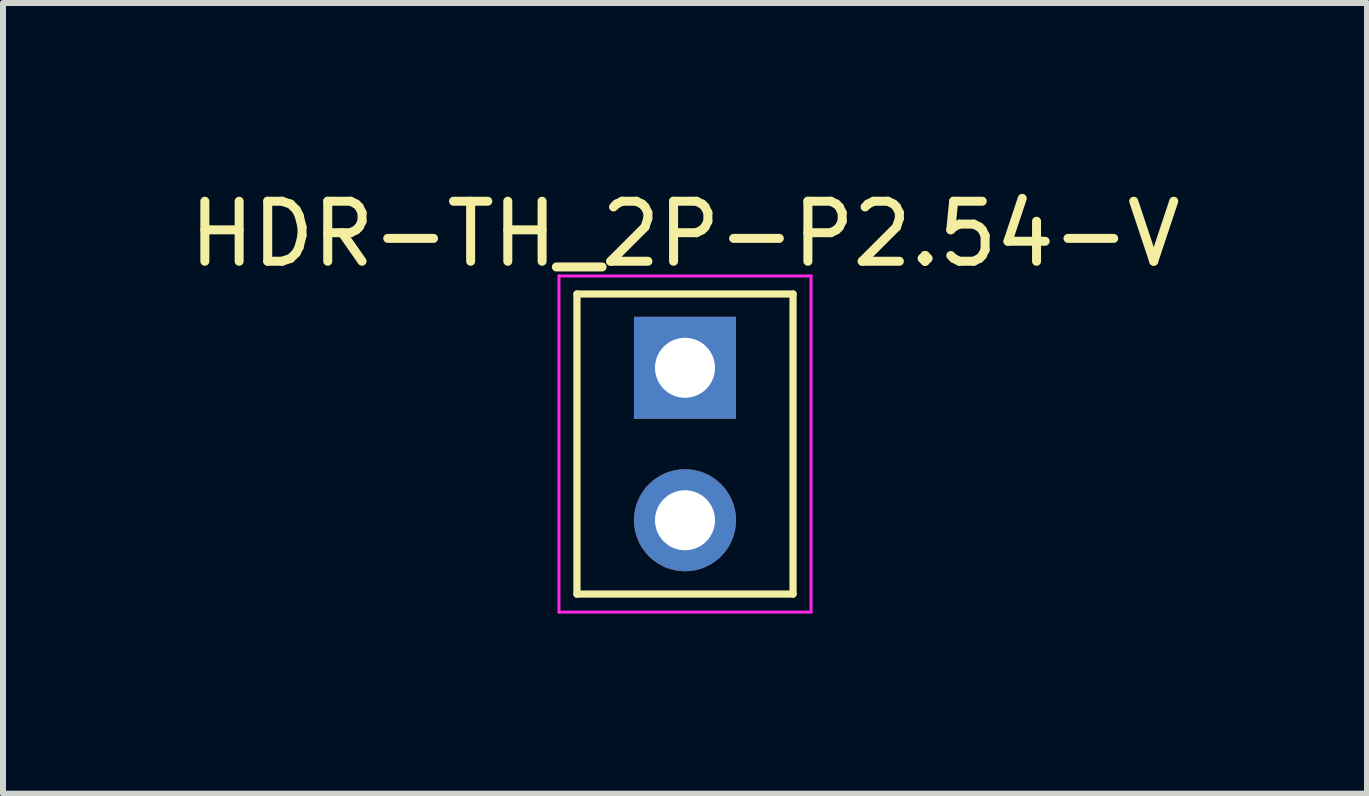
<source format=kicad_pcb>
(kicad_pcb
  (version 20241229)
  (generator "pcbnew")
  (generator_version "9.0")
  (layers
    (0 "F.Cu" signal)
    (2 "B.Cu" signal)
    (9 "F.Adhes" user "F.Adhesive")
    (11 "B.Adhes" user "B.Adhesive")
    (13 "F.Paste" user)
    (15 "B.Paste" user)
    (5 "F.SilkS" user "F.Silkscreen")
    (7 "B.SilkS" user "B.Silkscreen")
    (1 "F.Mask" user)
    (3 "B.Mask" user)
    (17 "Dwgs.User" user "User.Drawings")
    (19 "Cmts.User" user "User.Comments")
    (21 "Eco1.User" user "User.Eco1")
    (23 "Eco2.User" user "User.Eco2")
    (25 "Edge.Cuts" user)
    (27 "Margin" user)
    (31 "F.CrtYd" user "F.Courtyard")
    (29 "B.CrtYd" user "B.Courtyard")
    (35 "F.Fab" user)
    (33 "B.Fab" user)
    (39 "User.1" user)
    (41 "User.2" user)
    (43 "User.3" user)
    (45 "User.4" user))
  (footprint "HDR-TH_2P-P2.54-V"
    (layer "F.Cu")
    (at 8.363 4.348)
    (property "Reference" "HDR-TH_2P-P2.54-V" (at 0 -3.5 0) (layer "F.SilkS") (effects (font (size 1 1) (thickness 0.15))))
    (attr through_hole)
    (fp_line (start -1.8 -2.5) (end -1.8 2.5) (stroke (width 0.12) (type solid)) (layer "F.SilkS"))
    (fp_line (start -1.8 2.5) (end 1.8 2.5) (stroke (width 0.12) (type solid)) (layer "F.SilkS"))
    (fp_line (start 1.8 -2.5) (end -1.8 -2.5) (stroke (width 0.12) (type solid)) (layer "F.SilkS"))
    (fp_line (start 1.8 2.5) (end 1.8 -2.5) (stroke (width 0.12) (type solid)) (layer "F.SilkS"))
    (fp_line (start -2.1 -2.8) (end -2.1 2.8) (stroke (width 0.05) (type solid)) (layer "F.CrtYd"))
    (fp_line (start -2.1 2.8) (end 2.1 2.8) (stroke (width 0.05) (type solid)) (layer "F.CrtYd"))
    (fp_line (start 2.1 -2.8) (end -2.1 -2.8) (stroke (width 0.05) (type solid)) (layer "F.CrtYd"))
    (fp_line (start 2.1 2.8) (end 2.1 -2.8) (stroke (width 0.05) (type solid)) (layer "F.CrtYd"))
    (pad "1" thru_hole rect (at 0 -1.27) (size 1.7 1.7) (drill 1) (layers "*.Cu" "*.Mask"))
    (pad "2" thru_hole oval (at 0 1.27) (size 1.7 1.7) (drill 1) (layers "*.Cu" "*.Mask")))
  (gr_rect
    (start -3 -3)
    (end 19.726 10.173)
    (stroke (width 0.1) (type default))
    (fill no)
    (layer "Edge.Cuts")))
</source>
